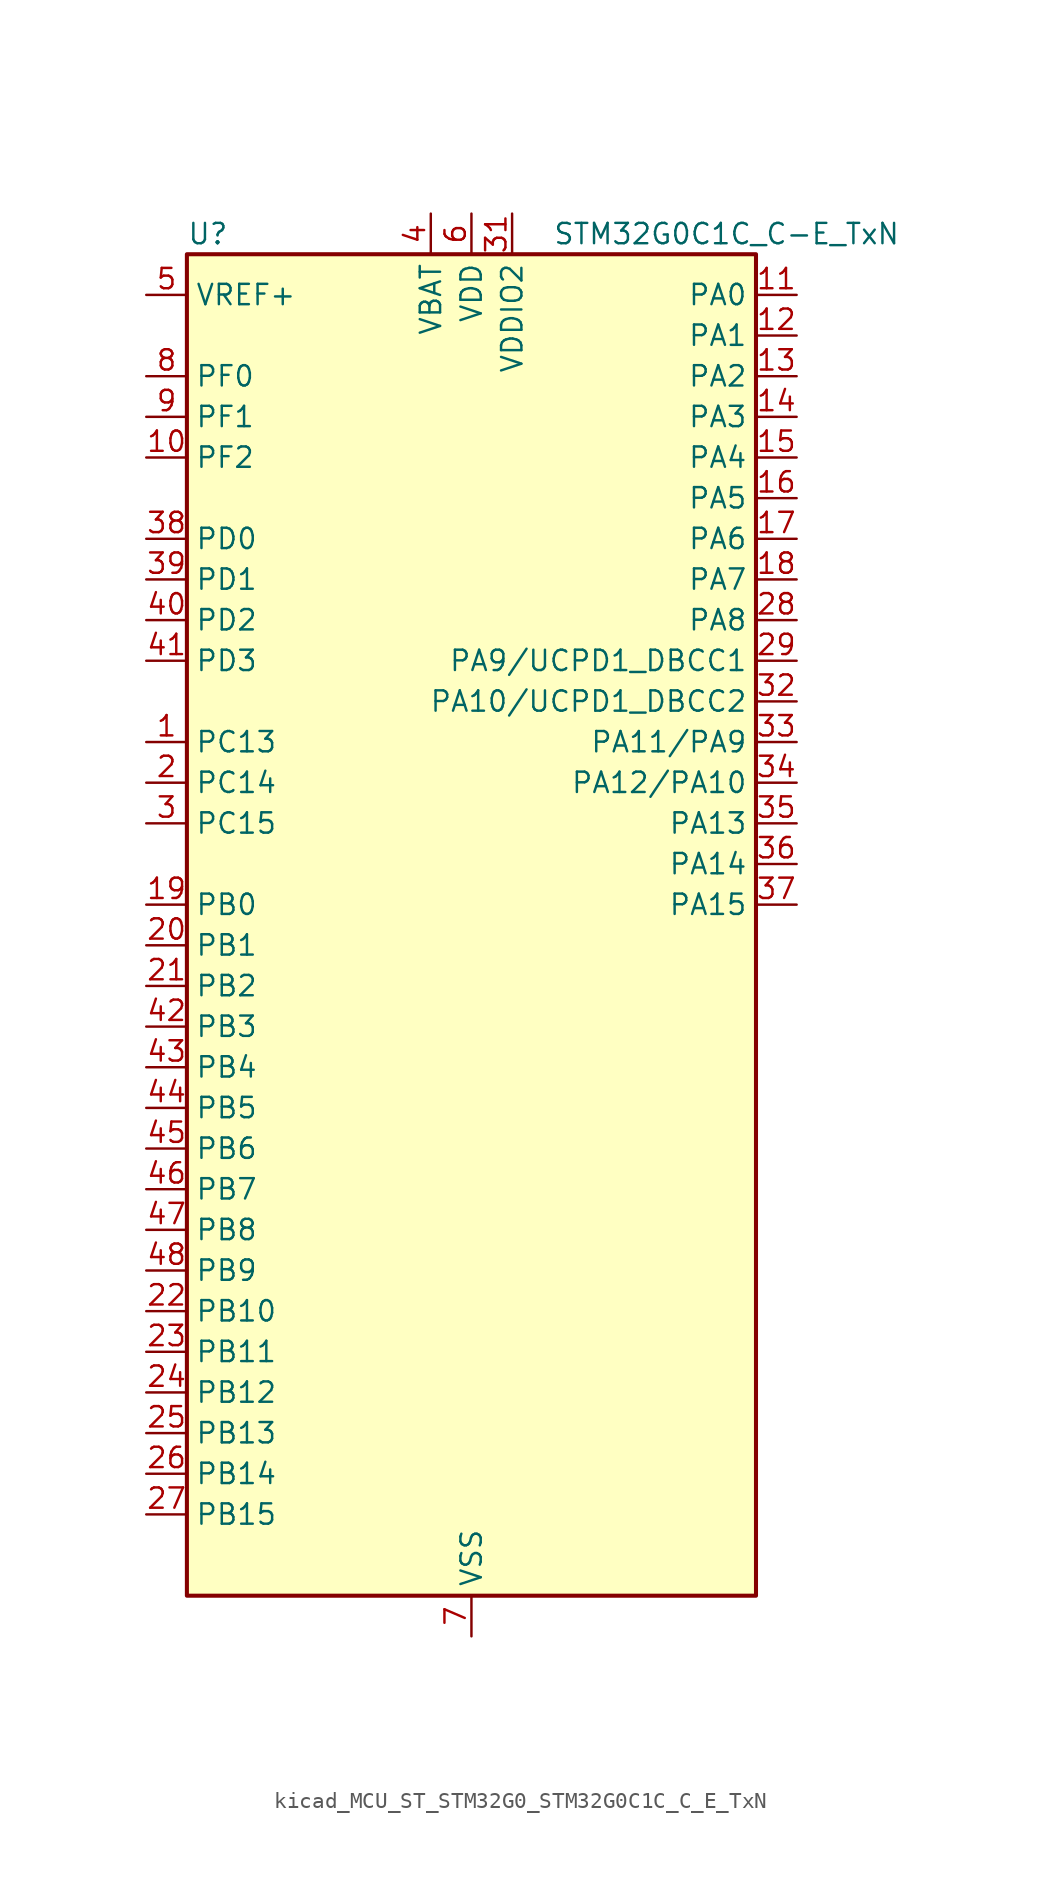
<source format=kicad_sym>
(kicad_symbol_lib
  (version 20220914)
  (generator kicad_symbol_editor)
  (symbol "kicad_MCU_ST_STM32G0_STM32G0C1C_C_E_TxN"
    (property "Reference" "U"
      (at -17.78 44.45 0)
      (effects (font (size 1.27 1.27)) (justify left)))
    (property "Value" "STM32G0C1C_C-E_TxN"
      (at 5.08 44.45 0)
      (effects (font (size 1.27 1.27)) (justify left)))
    (property "ki_locked" ""
      (at 0 0 0)
      (effects (font (size 1.27 1.27))))
    (symbol "kicad_MCU_ST_STM32G0_STM32G0C1C_C_E_TxN_0_1"
      (rectangle (start -17.78 -40.64) (end 17.78 43.18) (stroke (width 0.254) (type default)) (fill (type background))))
    (symbol "kicad_MCU_ST_STM32G0_STM32G0C1C_C_E_TxN_1_1"
      (pin bidirectional line (at -20.32 12.7 0) (length 2.54) (name "PC13" (effects (font (size 1.27 1.27)))) (number "1" (effects (font (size 1.27 1.27)))) (alternate "RTC_OUT1" bidirectional line) (alternate "RTC_TAMP_IN1" bidirectional line) (alternate "RTC_TS" bidirectional line) (alternate "SYS_WKUP2" bidirectional line) (alternate "TIM1_BK" bidirectional line))
      (pin bidirectional line (at -20.32 30.48 0) (length 2.54) (name "PF2" (effects (font (size 1.27 1.27)))) (number "10" (effects (font (size 1.27 1.27)))) (alternate "LPUART2_DE" bidirectional line) (alternate "LPUART2_RTS" bidirectional line) (alternate "LPUART2_TX" bidirectional line) (alternate "RCC_MCO" bidirectional line))
      (pin bidirectional line (at 20.32 40.64 180) (length 2.54) (name "PA0" (effects (font (size 1.27 1.27)))) (number "11" (effects (font (size 1.27 1.27)))) (alternate "ADC1_IN0" bidirectional line) (alternate "COMP1_INM" bidirectional line) (alternate "COMP1_OUT" bidirectional line) (alternate "I2S2_CK" bidirectional line) (alternate "LPTIM1_OUT" bidirectional line) (alternate "RTC_TAMP_IN2" bidirectional line) (alternate "SPI2_SCK" bidirectional line) (alternate "SYS_WKUP1" bidirectional line) (alternate "TIM2_CH1" bidirectional line) (alternate "TIM2_ETR" bidirectional line) (alternate "UCPD2_FRSTX1" bidirectional line) (alternate "UCPD2_FRSTX2" bidirectional line) (alternate "USART2_CTS" bidirectional line) (alternate "USART2_NSS" bidirectional line) (alternate "USART4_TX" bidirectional line))
      (pin bidirectional line (at 20.32 38.1 180) (length 2.54) (name "PA1" (effects (font (size 1.27 1.27)))) (number "12" (effects (font (size 1.27 1.27)))) (alternate "ADC1_IN1" bidirectional line) (alternate "COMP1_INP" bidirectional line) (alternate "I2C1_SMBA" bidirectional line) (alternate "I2S1_CK" bidirectional line) (alternate "SPI1_SCK" bidirectional line) (alternate "TIM15_CH1N" bidirectional line) (alternate "TIM2_CH2" bidirectional line) (alternate "USART2_CK" bidirectional line) (alternate "USART2_DE" bidirectional line) (alternate "USART2_RTS" bidirectional line) (alternate "USART4_RX" bidirectional line))
      (pin bidirectional line (at 20.32 35.56 180) (length 2.54) (name "PA2" (effects (font (size 1.27 1.27)))) (number "13" (effects (font (size 1.27 1.27)))) (alternate "ADC1_IN2" bidirectional line) (alternate "COMP2_INM" bidirectional line) (alternate "COMP2_OUT" bidirectional line) (alternate "I2S1_SD" bidirectional line) (alternate "LPUART1_TX" bidirectional line) (alternate "RCC_LSCO" bidirectional line) (alternate "SPI1_MOSI" bidirectional line) (alternate "SYS_WKUP4" bidirectional line) (alternate "TIM15_CH1" bidirectional line) (alternate "TIM2_CH3" bidirectional line) (alternate "UCPD1_FRSTX1" bidirectional line) (alternate "UCPD1_FRSTX2" bidirectional line) (alternate "USART2_TX" bidirectional line))
      (pin bidirectional line (at 20.32 33.02 180) (length 2.54) (name "PA3" (effects (font (size 1.27 1.27)))) (number "14" (effects (font (size 1.27 1.27)))) (alternate "ADC1_IN3" bidirectional line) (alternate "COMP2_INP" bidirectional line) (alternate "I2S2_MCK" bidirectional line) (alternate "LPUART1_RX" bidirectional line) (alternate "SPI2_MISO" bidirectional line) (alternate "TIM15_CH2" bidirectional line) (alternate "TIM2_CH4" bidirectional line) (alternate "UCPD2_FRSTX1" bidirectional line) (alternate "UCPD2_FRSTX2" bidirectional line) (alternate "USART2_RX" bidirectional line))
      (pin bidirectional line (at 20.32 30.48 180) (length 2.54) (name "PA4" (effects (font (size 1.27 1.27)))) (number "15" (effects (font (size 1.27 1.27)))) (alternate "ADC1_IN4" bidirectional line) (alternate "DAC1_OUT1" bidirectional line) (alternate "I2S1_WS" bidirectional line) (alternate "I2S2_SD" bidirectional line) (alternate "LPTIM2_OUT" bidirectional line) (alternate "RTC_OUT2" bidirectional line) (alternate "SPI1_NSS" bidirectional line) (alternate "SPI2_MOSI" bidirectional line) (alternate "SPI3_NSS" bidirectional line) (alternate "TIM14_CH1" bidirectional line) (alternate "UCPD2_FRSTX1" bidirectional line) (alternate "UCPD2_FRSTX2" bidirectional line) (alternate "USART6_TX" bidirectional line) (alternate "USB_NOE" bidirectional line))
      (pin bidirectional line (at 20.32 27.94 180) (length 2.54) (name "PA5" (effects (font (size 1.27 1.27)))) (number "16" (effects (font (size 1.27 1.27)))) (alternate "ADC1_IN5" bidirectional line) (alternate "CEC" bidirectional line) (alternate "DAC1_OUT2" bidirectional line) (alternate "I2S1_CK" bidirectional line) (alternate "LPTIM2_ETR" bidirectional line) (alternate "SPI1_SCK" bidirectional line) (alternate "TIM2_CH1" bidirectional line) (alternate "TIM2_ETR" bidirectional line) (alternate "UCPD1_FRSTX1" bidirectional line) (alternate "UCPD1_FRSTX2" bidirectional line) (alternate "USART3_TX" bidirectional line) (alternate "USART6_RX" bidirectional line))
      (pin bidirectional line (at 20.32 25.4 180) (length 2.54) (name "PA6" (effects (font (size 1.27 1.27)))) (number "17" (effects (font (size 1.27 1.27)))) (alternate "ADC1_IN6" bidirectional line) (alternate "COMP1_OUT" bidirectional line) (alternate "I2C2_SDA" bidirectional line) (alternate "I2C3_SDA" bidirectional line) (alternate "I2S1_MCK" bidirectional line) (alternate "LPUART1_CTS" bidirectional line) (alternate "SPI1_MISO" bidirectional line) (alternate "TIM16_CH1" bidirectional line) (alternate "TIM1_BK" bidirectional line) (alternate "TIM3_CH1" bidirectional line) (alternate "USART3_CTS" bidirectional line) (alternate "USART3_NSS" bidirectional line) (alternate "USART6_CTS" bidirectional line) (alternate "USART6_NSS" bidirectional line))
      (pin bidirectional line (at 20.32 22.86 180) (length 2.54) (name "PA7" (effects (font (size 1.27 1.27)))) (number "18" (effects (font (size 1.27 1.27)))) (alternate "ADC1_IN7" bidirectional line) (alternate "COMP2_OUT" bidirectional line) (alternate "I2C2_SCL" bidirectional line) (alternate "I2C3_SCL" bidirectional line) (alternate "I2S1_SD" bidirectional line) (alternate "SPI1_MOSI" bidirectional line) (alternate "TIM14_CH1" bidirectional line) (alternate "TIM17_CH1" bidirectional line) (alternate "TIM1_CH1N" bidirectional line) (alternate "TIM3_CH2" bidirectional line) (alternate "UCPD1_FRSTX1" bidirectional line) (alternate "UCPD1_FRSTX2" bidirectional line) (alternate "USART6_CK" bidirectional line) (alternate "USART6_DE" bidirectional line) (alternate "USART6_RTS" bidirectional line))
      (pin bidirectional line (at -20.32 2.54 0) (length 2.54) (name "PB0" (effects (font (size 1.27 1.27)))) (number "19" (effects (font (size 1.27 1.27)))) (alternate "ADC1_IN8" bidirectional line) (alternate "COMP1_OUT" bidirectional line) (alternate "COMP3_INP" bidirectional line) (alternate "FDCAN2_RX" bidirectional line) (alternate "I2S1_WS" bidirectional line) (alternate "LPTIM1_OUT" bidirectional line) (alternate "LPUART2_CTS" bidirectional line) (alternate "SPI1_NSS" bidirectional line) (alternate "TIM1_CH2N" bidirectional line) (alternate "TIM3_CH3" bidirectional line) (alternate "UCPD1_FRSTX1" bidirectional line) (alternate "UCPD1_FRSTX2" bidirectional line) (alternate "USART3_RX" bidirectional line) (alternate "USART5_TX" bidirectional line))
      (pin bidirectional line (at -20.32 10.16 0) (length 2.54) (name "PC14" (effects (font (size 1.27 1.27)))) (number "2" (effects (font (size 1.27 1.27)))) (alternate "RCC_OSC32_IN" bidirectional line) (alternate "TIM1_BK2" bidirectional line))
      (pin bidirectional line (at -20.32 0 0) (length 2.54) (name "PB1" (effects (font (size 1.27 1.27)))) (number "20" (effects (font (size 1.27 1.27)))) (alternate "ADC1_IN9" bidirectional line) (alternate "COMP1_INM" bidirectional line) (alternate "COMP3_OUT" bidirectional line) (alternate "FDCAN2_TX" bidirectional line) (alternate "LPTIM2_IN1" bidirectional line) (alternate "LPUART1_DE" bidirectional line) (alternate "LPUART1_RTS" bidirectional line) (alternate "LPUART2_DE" bidirectional line) (alternate "LPUART2_RTS" bidirectional line) (alternate "TIM14_CH1" bidirectional line) (alternate "TIM1_CH3N" bidirectional line) (alternate "TIM3_CH4" bidirectional line) (alternate "USART3_CK" bidirectional line) (alternate "USART3_DE" bidirectional line) (alternate "USART3_RTS" bidirectional line) (alternate "USART5_RX" bidirectional line))
      (pin bidirectional line (at -20.32 -2.54 0) (length 2.54) (name "PB2" (effects (font (size 1.27 1.27)))) (number "21" (effects (font (size 1.27 1.27)))) (alternate "ADC1_IN10" bidirectional line) (alternate "COMP1_INP" bidirectional line) (alternate "COMP3_INM" bidirectional line) (alternate "I2S2_MCK" bidirectional line) (alternate "LPTIM1_OUT" bidirectional line) (alternate "RCC_MCO_2" bidirectional line) (alternate "SPI2_MISO" bidirectional line) (alternate "USART3_TX" bidirectional line))
      (pin bidirectional line (at -20.32 -22.86 0) (length 2.54) (name "PB10" (effects (font (size 1.27 1.27)))) (number "22" (effects (font (size 1.27 1.27)))) (alternate "ADC1_IN11" bidirectional line) (alternate "CEC" bidirectional line) (alternate "COMP1_OUT" bidirectional line) (alternate "I2C2_SCL" bidirectional line) (alternate "I2S2_CK" bidirectional line) (alternate "LPUART1_RX" bidirectional line) (alternate "SPI2_SCK" bidirectional line) (alternate "TIM2_CH3" bidirectional line) (alternate "USART3_TX" bidirectional line))
      (pin bidirectional line (at -20.32 -25.4 0) (length 2.54) (name "PB11" (effects (font (size 1.27 1.27)))) (number "23" (effects (font (size 1.27 1.27)))) (alternate "ADC1_EXTI11" bidirectional line) (alternate "ADC1_IN15" bidirectional line) (alternate "COMP2_OUT" bidirectional line) (alternate "I2C2_SDA" bidirectional line) (alternate "I2S2_SD" bidirectional line) (alternate "LPUART1_TX" bidirectional line) (alternate "SPI2_MOSI" bidirectional line) (alternate "TIM2_CH4" bidirectional line) (alternate "USART3_RX" bidirectional line))
      (pin bidirectional line (at -20.32 -27.94 0) (length 2.54) (name "PB12" (effects (font (size 1.27 1.27)))) (number "24" (effects (font (size 1.27 1.27)))) (alternate "ADC1_IN16" bidirectional line) (alternate "FDCAN2_RX" bidirectional line) (alternate "I2C2_SMBA" bidirectional line) (alternate "I2S2_WS" bidirectional line) (alternate "LPUART1_DE" bidirectional line) (alternate "LPUART1_RTS" bidirectional line) (alternate "SPI2_NSS" bidirectional line) (alternate "TIM15_BK" bidirectional line) (alternate "TIM1_BK" bidirectional line) (alternate "UCPD2_FRSTX1" bidirectional line) (alternate "UCPD2_FRSTX2" bidirectional line))
      (pin bidirectional line (at -20.32 -30.48 0) (length 2.54) (name "PB13" (effects (font (size 1.27 1.27)))) (number "25" (effects (font (size 1.27 1.27)))) (alternate "FDCAN2_TX" bidirectional line) (alternate "I2C2_SCL" bidirectional line) (alternate "I2S2_CK" bidirectional line) (alternate "LPUART1_CTS" bidirectional line) (alternate "SPI2_SCK" bidirectional line) (alternate "TIM15_CH1N" bidirectional line) (alternate "TIM1_CH1N" bidirectional line) (alternate "USART3_CTS" bidirectional line) (alternate "USART3_NSS" bidirectional line))
      (pin bidirectional line (at -20.32 -33.02 0) (length 2.54) (name "PB14" (effects (font (size 1.27 1.27)))) (number "26" (effects (font (size 1.27 1.27)))) (alternate "I2C2_SDA" bidirectional line) (alternate "I2S2_MCK" bidirectional line) (alternate "SPI2_MISO" bidirectional line) (alternate "TIM15_CH1" bidirectional line) (alternate "TIM1_CH2N" bidirectional line) (alternate "UCPD1_FRSTX1" bidirectional line) (alternate "UCPD1_FRSTX2" bidirectional line) (alternate "USART3_CK" bidirectional line) (alternate "USART3_DE" bidirectional line) (alternate "USART3_RTS" bidirectional line) (alternate "USART6_CK" bidirectional line) (alternate "USART6_DE" bidirectional line) (alternate "USART6_RTS" bidirectional line))
      (pin bidirectional line (at -20.32 -35.56 0) (length 2.54) (name "PB15" (effects (font (size 1.27 1.27)))) (number "27" (effects (font (size 1.27 1.27)))) (alternate "I2S2_SD" bidirectional line) (alternate "RTC_REFIN" bidirectional line) (alternate "SPI2_MOSI" bidirectional line) (alternate "TIM15_CH1N" bidirectional line) (alternate "TIM15_CH2" bidirectional line) (alternate "TIM1_CH3N" bidirectional line) (alternate "UCPD1_CC2" bidirectional line) (alternate "USART6_CTS" bidirectional line) (alternate "USART6_NSS" bidirectional line))
      (pin bidirectional line (at 20.32 20.32 180) (length 2.54) (name "PA8" (effects (font (size 1.27 1.27)))) (number "28" (effects (font (size 1.27 1.27)))) (alternate "CRS1_SYNC" bidirectional line) (alternate "I2C2_SMBA" bidirectional line) (alternate "I2S2_WS" bidirectional line) (alternate "LPTIM2_OUT" bidirectional line) (alternate "RCC_MCO" bidirectional line) (alternate "SPI2_NSS" bidirectional line) (alternate "TIM1_CH1" bidirectional line) (alternate "UCPD1_CC1" bidirectional line))
      (pin bidirectional line (at 20.32 17.78 180) (length 2.54) (name "PA9/UCPD1_DBCC1" (effects (font (size 1.27 1.27)))) (number "29" (effects (font (size 1.27 1.27)))) (alternate "DAC1_EXTI9" bidirectional line) (alternate "I2C1_SCL" bidirectional line) (alternate "I2C2_SCL" bidirectional line) (alternate "I2S2_MCK" bidirectional line) (alternate "RCC_MCO" bidirectional line) (alternate "SPI2_MISO" bidirectional line) (alternate "TIM15_BK" bidirectional line) (alternate "TIM1_CH2" bidirectional line) (alternate "UCPD1_DBCC1" bidirectional line) (alternate "USART1_TX" bidirectional line))
      (pin bidirectional line (at -20.32 7.62 0) (length 2.54) (name "PC15" (effects (font (size 1.27 1.27)))) (number "3" (effects (font (size 1.27 1.27)))) (alternate "RCC_OSC32_EN" bidirectional line) (alternate "RCC_OSC32_OUT" bidirectional line) (alternate "RCC_OSC_EN" bidirectional line) (alternate "TIM15_BK" bidirectional line))
      (pin passive line (at 0 -43.18 90) (length 2.54) hide (name "VSS" (effects (font (size 1.27 1.27)))) (number "30" (effects (font (size 1.27 1.27)))))
      (pin power_in line (at 2.54 45.72 270) (length 2.54) (name "VDDIO2" (effects (font (size 1.27 1.27)))) (number "31" (effects (font (size 1.27 1.27)))))
      (pin bidirectional line (at 20.32 15.24 180) (length 2.54) (name "PA10/UCPD1_DBCC2" (effects (font (size 1.27 1.27)))) (number "32" (effects (font (size 1.27 1.27)))) (alternate "I2C1_SDA" bidirectional line) (alternate "I2C2_SDA" bidirectional line) (alternate "I2S2_SD" bidirectional line) (alternate "RCC_MCO_2" bidirectional line) (alternate "SPI2_MOSI" bidirectional line) (alternate "TIM17_BK" bidirectional line) (alternate "TIM1_CH3" bidirectional line) (alternate "UCPD1_DBCC2" bidirectional line) (alternate "USART1_RX" bidirectional line))
      (pin bidirectional line (at 20.32 12.7 180) (length 2.54) (name "PA11/PA9" (effects (font (size 1.27 1.27)))) (number "33" (effects (font (size 1.27 1.27)))) (alternate "ADC1_EXTI11" bidirectional line) (alternate "COMP1_OUT" bidirectional line) (alternate "FDCAN1_RX" bidirectional line) (alternate "I2C2_SCL" bidirectional line) (alternate "I2S1_MCK" bidirectional line) (alternate "SPI1_MISO" bidirectional line) (alternate "TIM1_BK2" bidirectional line) (alternate "TIM1_CH4" bidirectional line) (alternate "USART1_CTS" bidirectional line) (alternate "USART1_NSS" bidirectional line) (alternate "USB_DM" bidirectional line))
      (pin bidirectional line (at 20.32 10.16 180) (length 2.54) (name "PA12/PA10" (effects (font (size 1.27 1.27)))) (number "34" (effects (font (size 1.27 1.27)))) (alternate "COMP2_OUT" bidirectional line) (alternate "FDCAN1_TX" bidirectional line) (alternate "I2C2_SDA" bidirectional line) (alternate "I2S1_SD" bidirectional line) (alternate "I2S_CKIN" bidirectional line) (alternate "SPI1_MOSI" bidirectional line) (alternate "TIM1_ETR" bidirectional line) (alternate "USART1_CK" bidirectional line) (alternate "USART1_DE" bidirectional line) (alternate "USART1_RTS" bidirectional line) (alternate "USB_DP" bidirectional line))
      (pin bidirectional line (at 20.32 7.62 180) (length 2.54) (name "PA13" (effects (font (size 1.27 1.27)))) (number "35" (effects (font (size 1.27 1.27)))) (alternate "IR_OUT" bidirectional line) (alternate "LPUART2_RX" bidirectional line) (alternate "SYS_SWDIO" bidirectional line) (alternate "USB_NOE" bidirectional line))
      (pin bidirectional line (at 20.32 5.08 180) (length 2.54) (name "PA14" (effects (font (size 1.27 1.27)))) (number "36" (effects (font (size 1.27 1.27)))) (alternate "LPUART2_TX" bidirectional line) (alternate "SYS_SWCLK" bidirectional line) (alternate "USART2_TX" bidirectional line))
      (pin bidirectional line (at 20.32 2.54 180) (length 2.54) (name "PA15" (effects (font (size 1.27 1.27)))) (number "37" (effects (font (size 1.27 1.27)))) (alternate "I2C2_SMBA" bidirectional line) (alternate "I2S1_WS" bidirectional line) (alternate "RCC_MCO_2" bidirectional line) (alternate "SPI1_NSS" bidirectional line) (alternate "SPI3_NSS" bidirectional line) (alternate "TIM2_CH1" bidirectional line) (alternate "TIM2_ETR" bidirectional line) (alternate "USART2_RX" bidirectional line) (alternate "USART3_CK" bidirectional line) (alternate "USART3_DE" bidirectional line) (alternate "USART3_RTS" bidirectional line) (alternate "USART4_CK" bidirectional line) (alternate "USART4_DE" bidirectional line) (alternate "USART4_RTS" bidirectional line) (alternate "USB_NOE" bidirectional line))
      (pin bidirectional line (at -20.32 25.4 0) (length 2.54) (name "PD0" (effects (font (size 1.27 1.27)))) (number "38" (effects (font (size 1.27 1.27)))) (alternate "FDCAN1_RX" bidirectional line) (alternate "I2S2_WS" bidirectional line) (alternate "SPI2_NSS" bidirectional line) (alternate "TIM16_CH1" bidirectional line) (alternate "UCPD2_CC1" bidirectional line))
      (pin bidirectional line (at -20.32 22.86 0) (length 2.54) (name "PD1" (effects (font (size 1.27 1.27)))) (number "39" (effects (font (size 1.27 1.27)))) (alternate "FDCAN1_TX" bidirectional line) (alternate "I2S2_CK" bidirectional line) (alternate "SPI2_SCK" bidirectional line) (alternate "TIM17_CH1" bidirectional line) (alternate "UCPD2_DBCC1" bidirectional line))
      (pin power_in line (at -2.54 45.72 270) (length 2.54) (name "VBAT" (effects (font (size 1.27 1.27)))) (number "4" (effects (font (size 1.27 1.27)))))
      (pin bidirectional line (at -20.32 20.32 0) (length 2.54) (name "PD2" (effects (font (size 1.27 1.27)))) (number "40" (effects (font (size 1.27 1.27)))) (alternate "TIM1_CH1N" bidirectional line) (alternate "TIM3_ETR" bidirectional line) (alternate "UCPD2_CC2" bidirectional line) (alternate "USART3_CK" bidirectional line) (alternate "USART3_DE" bidirectional line) (alternate "USART3_RTS" bidirectional line) (alternate "USART5_RX" bidirectional line))
      (pin bidirectional line (at -20.32 17.78 0) (length 2.54) (name "PD3" (effects (font (size 1.27 1.27)))) (number "41" (effects (font (size 1.27 1.27)))) (alternate "I2S2_MCK" bidirectional line) (alternate "SPI2_MISO" bidirectional line) (alternate "TIM1_CH2N" bidirectional line) (alternate "UCPD2_DBCC2" bidirectional line) (alternate "USART2_CTS" bidirectional line) (alternate "USART2_NSS" bidirectional line) (alternate "USART5_TX" bidirectional line))
      (pin bidirectional line (at -20.32 -5.08 0) (length 2.54) (name "PB3" (effects (font (size 1.27 1.27)))) (number "42" (effects (font (size 1.27 1.27)))) (alternate "COMP2_INM" bidirectional line) (alternate "I2C2_SCL" bidirectional line) (alternate "I2C3_SCL" bidirectional line) (alternate "I2S1_CK" bidirectional line) (alternate "SPI1_SCK" bidirectional line) (alternate "SPI3_SCK" bidirectional line) (alternate "TIM1_CH2" bidirectional line) (alternate "TIM2_CH2" bidirectional line) (alternate "USART1_CK" bidirectional line) (alternate "USART1_DE" bidirectional line) (alternate "USART1_RTS" bidirectional line) (alternate "USART5_TX" bidirectional line))
      (pin bidirectional line (at -20.32 -7.62 0) (length 2.54) (name "PB4" (effects (font (size 1.27 1.27)))) (number "43" (effects (font (size 1.27 1.27)))) (alternate "COMP2_INP" bidirectional line) (alternate "I2C2_SDA" bidirectional line) (alternate "I2C3_SDA" bidirectional line) (alternate "I2S1_MCK" bidirectional line) (alternate "SPI1_MISO" bidirectional line) (alternate "SPI3_MISO" bidirectional line) (alternate "TIM17_BK" bidirectional line) (alternate "TIM3_CH1" bidirectional line) (alternate "USART1_CTS" bidirectional line) (alternate "USART1_NSS" bidirectional line) (alternate "USART5_RX" bidirectional line))
      (pin bidirectional line (at -20.32 -10.16 0) (length 2.54) (name "PB5" (effects (font (size 1.27 1.27)))) (number "44" (effects (font (size 1.27 1.27)))) (alternate "COMP2_OUT" bidirectional line) (alternate "FDCAN2_RX" bidirectional line) (alternate "I2C1_SMBA" bidirectional line) (alternate "I2S1_SD" bidirectional line) (alternate "LPTIM1_IN1" bidirectional line) (alternate "SPI1_MOSI" bidirectional line) (alternate "SPI3_MOSI" bidirectional line) (alternate "SYS_WKUP6" bidirectional line) (alternate "TIM16_BK" bidirectional line) (alternate "TIM3_CH2" bidirectional line) (alternate "USART5_CK" bidirectional line) (alternate "USART5_DE" bidirectional line) (alternate "USART5_RTS" bidirectional line))
      (pin bidirectional line (at -20.32 -12.7 0) (length 2.54) (name "PB6" (effects (font (size 1.27 1.27)))) (number "45" (effects (font (size 1.27 1.27)))) (alternate "COMP2_INP" bidirectional line) (alternate "FDCAN2_TX" bidirectional line) (alternate "I2C1_SCL" bidirectional line) (alternate "I2S2_MCK" bidirectional line) (alternate "LPTIM1_ETR" bidirectional line) (alternate "LPUART2_TX" bidirectional line) (alternate "SPI2_MISO" bidirectional line) (alternate "TIM16_CH1N" bidirectional line) (alternate "TIM1_CH3" bidirectional line) (alternate "TIM4_CH1" bidirectional line) (alternate "USART1_TX" bidirectional line) (alternate "USART5_CTS" bidirectional line) (alternate "USART5_NSS" bidirectional line))
      (pin bidirectional line (at -20.32 -15.24 0) (length 2.54) (name "PB7" (effects (font (size 1.27 1.27)))) (number "46" (effects (font (size 1.27 1.27)))) (alternate "COMP2_INM" bidirectional line) (alternate "I2C1_SDA" bidirectional line) (alternate "I2S2_SD" bidirectional line) (alternate "LPTIM1_IN2" bidirectional line) (alternate "LPUART2_RX" bidirectional line) (alternate "SPI2_MOSI" bidirectional line) (alternate "SYS_PVD_IN" bidirectional line) (alternate "TIM17_CH1N" bidirectional line) (alternate "TIM4_CH2" bidirectional line) (alternate "USART1_RX" bidirectional line) (alternate "USART4_CTS" bidirectional line) (alternate "USART4_NSS" bidirectional line))
      (pin bidirectional line (at -20.32 -17.78 0) (length 2.54) (name "PB8" (effects (font (size 1.27 1.27)))) (number "47" (effects (font (size 1.27 1.27)))) (alternate "CEC" bidirectional line) (alternate "FDCAN1_RX" bidirectional line) (alternate "I2C1_SCL" bidirectional line) (alternate "I2S2_CK" bidirectional line) (alternate "SPI2_SCK" bidirectional line) (alternate "TIM15_BK" bidirectional line) (alternate "TIM16_CH1" bidirectional line) (alternate "TIM4_CH3" bidirectional line) (alternate "USART3_TX" bidirectional line) (alternate "USART6_TX" bidirectional line))
      (pin bidirectional line (at -20.32 -20.32 0) (length 2.54) (name "PB9" (effects (font (size 1.27 1.27)))) (number "48" (effects (font (size 1.27 1.27)))) (alternate "DAC1_EXTI9" bidirectional line) (alternate "FDCAN1_TX" bidirectional line) (alternate "I2C1_SDA" bidirectional line) (alternate "I2S2_WS" bidirectional line) (alternate "IR_OUT" bidirectional line) (alternate "SPI2_NSS" bidirectional line) (alternate "TIM17_CH1" bidirectional line) (alternate "TIM4_CH4" bidirectional line) (alternate "UCPD2_FRSTX1" bidirectional line) (alternate "UCPD2_FRSTX2" bidirectional line) (alternate "USART3_RX" bidirectional line) (alternate "USART6_RX" bidirectional line))
      (pin input line (at -20.32 40.64 0) (length 2.54) (name "VREF+" (effects (font (size 1.27 1.27)))) (number "5" (effects (font (size 1.27 1.27)))) (alternate "VREFBUF_OUT" bidirectional line))
      (pin power_in line (at 0 45.72 270) (length 2.54) (name "VDD" (effects (font (size 1.27 1.27)))) (number "6" (effects (font (size 1.27 1.27)))))
      (pin power_in line (at 0 -43.18 90) (length 2.54) (name "VSS" (effects (font (size 1.27 1.27)))) (number "7" (effects (font (size 1.27 1.27)))))
      (pin bidirectional line (at -20.32 35.56 0) (length 2.54) (name "PF0" (effects (font (size 1.27 1.27)))) (number "8" (effects (font (size 1.27 1.27)))) (alternate "CRS1_SYNC" bidirectional line) (alternate "RCC_OSC_IN" bidirectional line) (alternate "TIM14_CH1" bidirectional line))
      (pin bidirectional line (at -20.32 33.02 0) (length 2.54) (name "PF1" (effects (font (size 1.27 1.27)))) (number "9" (effects (font (size 1.27 1.27)))) (alternate "RCC_OSC_EN" bidirectional line) (alternate "RCC_OSC_OUT" bidirectional line) (alternate "TIM15_CH1N" bidirectional line)))))
</source>
